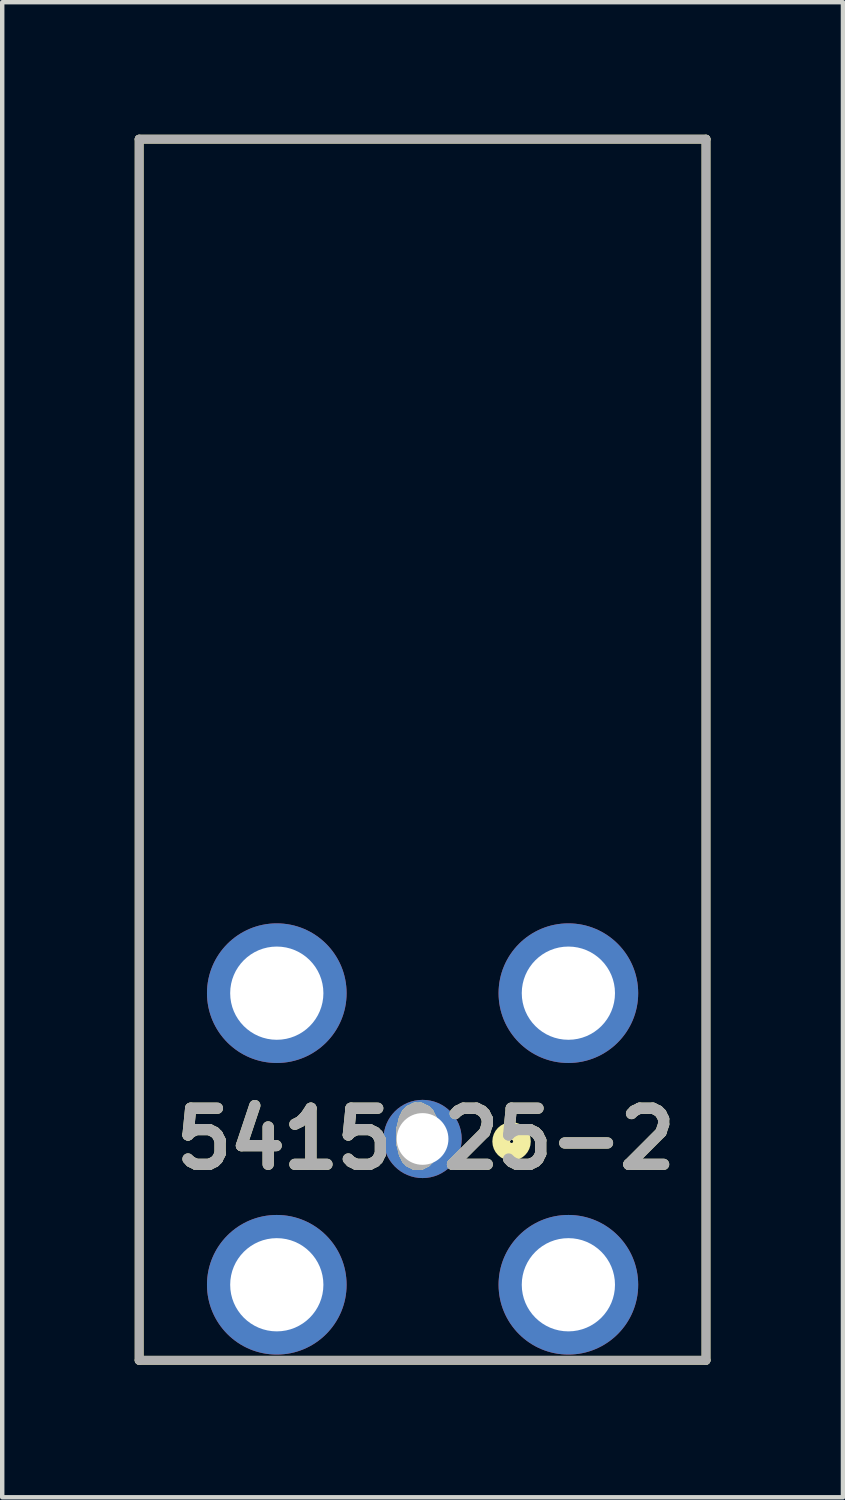
<source format=kicad_pcb>
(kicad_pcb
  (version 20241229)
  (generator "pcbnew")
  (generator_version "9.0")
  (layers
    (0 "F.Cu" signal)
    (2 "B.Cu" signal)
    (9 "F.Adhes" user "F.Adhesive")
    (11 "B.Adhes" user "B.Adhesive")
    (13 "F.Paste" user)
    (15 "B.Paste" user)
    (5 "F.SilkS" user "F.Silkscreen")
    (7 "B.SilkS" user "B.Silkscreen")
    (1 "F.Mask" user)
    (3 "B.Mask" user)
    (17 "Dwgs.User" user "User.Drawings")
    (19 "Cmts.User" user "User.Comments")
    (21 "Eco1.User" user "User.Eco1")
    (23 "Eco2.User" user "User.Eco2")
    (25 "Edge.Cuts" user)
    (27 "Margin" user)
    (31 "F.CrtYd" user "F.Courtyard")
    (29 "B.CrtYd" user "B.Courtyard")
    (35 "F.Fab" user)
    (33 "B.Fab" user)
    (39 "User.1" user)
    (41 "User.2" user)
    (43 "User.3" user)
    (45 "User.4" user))
  (footprint "5415025-2"
    (layer "F.Cu")
    (at 6.515 22.73)
    (property "Reference" "5415025-2" (at 0.073 0 0) (layer "F.SilkS") (effects (font (size 1.27 1.27) (thickness 0.254))))
    (attr through_hole)
    (fp_line (start -6.415 -22.63) (end 6.415 -22.63) (stroke (width 0.2) (type solid)) (layer "F.SilkS"))
    (fp_line (start -6.415 5.01) (end -6.415 -22.63) (stroke (width 0.2) (type solid)) (layer "F.SilkS"))
    (fp_line (start 6.415 -22.63) (end 6.415 5.01) (stroke (width 0.2) (type solid)) (layer "F.SilkS"))
    (fp_line (start 6.415 5.01) (end -6.415 5.01) (stroke (width 0.2) (type solid)) (layer "F.SilkS"))
    (fp_circle (center 2.014 0.056) (end 2.014 0.291) (stroke (width 0.4) (type solid)) (fill no) (layer "F.SilkS"))
    (fp_line (start -6.415 -22.63) (end 6.415 -22.63) (stroke (width 0.2) (type solid)) (layer "F.Fab"))
    (fp_line (start -6.415 5.01) (end -6.415 -22.63) (stroke (width 0.2) (type solid)) (layer "F.Fab"))
    (fp_line (start 6.415 -22.63) (end 6.415 5.01) (stroke (width 0.2) (type solid)) (layer "F.Fab"))
    (fp_line (start 6.415 5.01) (end -6.415 5.01) (stroke (width 0.2) (type solid)) (layer "F.Fab"))
    (fp_text user "${REFERENCE}" (at 0.073 0 0) (layer "F.Fab") (effects (font (size 1.27 1.27) (thickness 0.254))))
    (pad "1" thru_hole circle (at 0 0) (size 1.77 1.77) (drill 1.17) (layers "*.Cu" "*.Mask"))
    (pad "2" thru_hole circle (at 3.3 3.3) (size 3.16 3.16) (drill 2.11) (layers "*.Cu" "*.Mask"))
    (pad "3" thru_hole circle (at -3.3 -3.3) (size 3.16 3.16) (drill 2.11) (layers "*.Cu" "*.Mask"))
    (pad "4" thru_hole circle (at -3.3 3.3) (size 3.16 3.16) (drill 2.11) (layers "*.Cu" "*.Mask"))
    (pad "5" thru_hole circle (at 3.3 -3.3) (size 3.16 3.16) (drill 2.11) (layers "*.Cu" "*.Mask")))
  (gr_rect
    (start -3 -3)
    (end 16.03 30.84)
    (stroke (width 0.1) (type default))
    (fill no)
    (layer "Edge.Cuts")))
</source>
